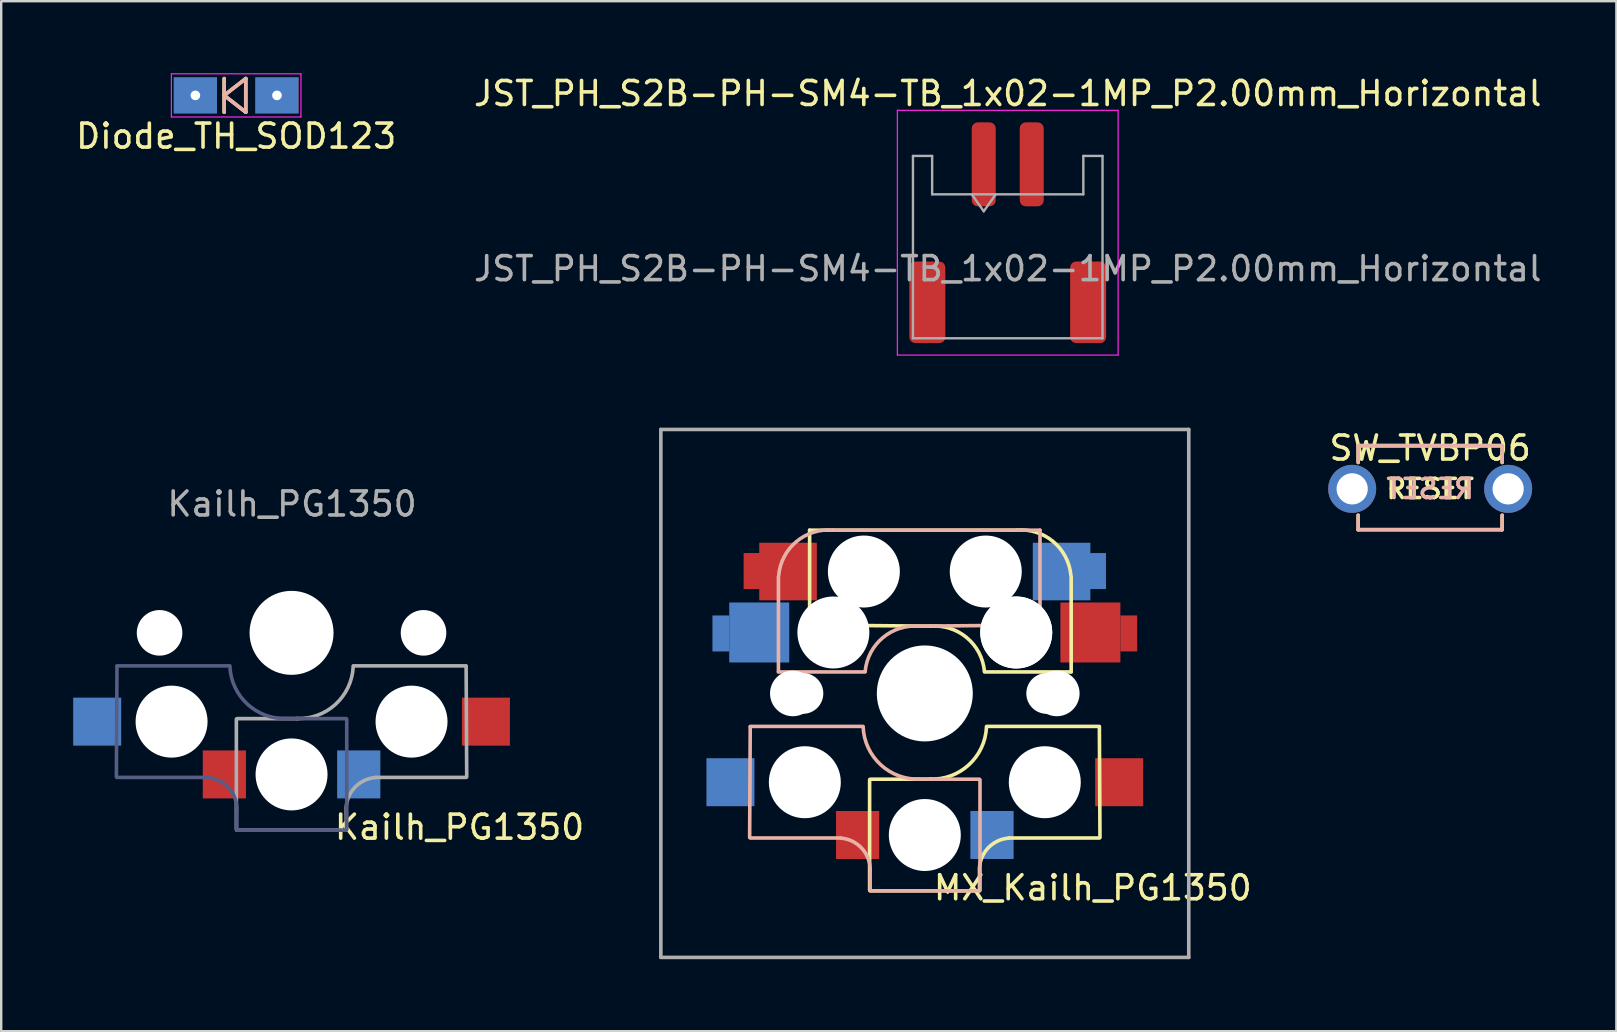
<source format=kicad_pcb>
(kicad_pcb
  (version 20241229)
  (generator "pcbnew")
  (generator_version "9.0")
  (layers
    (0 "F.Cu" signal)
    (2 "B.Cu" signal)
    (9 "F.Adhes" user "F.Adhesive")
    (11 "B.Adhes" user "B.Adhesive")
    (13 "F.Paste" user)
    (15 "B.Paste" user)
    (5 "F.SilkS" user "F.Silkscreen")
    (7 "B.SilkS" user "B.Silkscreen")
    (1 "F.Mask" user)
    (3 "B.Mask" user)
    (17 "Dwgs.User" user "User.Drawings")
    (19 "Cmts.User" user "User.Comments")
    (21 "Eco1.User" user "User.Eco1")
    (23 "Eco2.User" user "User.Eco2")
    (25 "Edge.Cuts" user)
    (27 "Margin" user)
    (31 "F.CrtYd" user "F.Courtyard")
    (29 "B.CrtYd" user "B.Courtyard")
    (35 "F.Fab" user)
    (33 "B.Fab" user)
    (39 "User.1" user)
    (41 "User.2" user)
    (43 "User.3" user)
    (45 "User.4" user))
  (footprint "JST_PH_S2B-PH-SM4-TB_1x02-1MP_P2.00mm_Horizontal"
    (layer "F.Cu")
    (at 38.946 6.648)
    (property "Reference" "JST_PH_S2B-PH-SM4-TB_1x02-1MP_P2.00mm_Horizontal" (at 0 -5.8 0) (layer "F.SilkS") (effects (font (size 1 1) (thickness 0.15))))
    (attr smd)
    (fp_line (start -4.6 -5.1) (end -4.6 5.1) (stroke (width 0.05) (type solid)) (layer "F.CrtYd"))
    (fp_line (start -4.6 5.1) (end 4.6 5.1) (stroke (width 0.05) (type solid)) (layer "F.CrtYd"))
    (fp_line (start 4.6 -5.1) (end -4.6 -5.1) (stroke (width 0.05) (type solid)) (layer "F.CrtYd"))
    (fp_line (start 4.6 5.1) (end 4.6 -5.1) (stroke (width 0.05) (type solid)) (layer "F.CrtYd"))
    (fp_line (start -3.95 -3.2) (end -3.95 4.4) (stroke (width 0.1) (type solid)) (layer "F.Fab"))
    (fp_line (start -3.95 -3.2) (end -3.15 -3.2) (stroke (width 0.1) (type solid)) (layer "F.Fab"))
    (fp_line (start -3.95 4.4) (end 3.95 4.4) (stroke (width 0.1) (type solid)) (layer "F.Fab"))
    (fp_line (start -3.15 -3.2) (end -3.15 -1.6) (stroke (width 0.1) (type solid)) (layer "F.Fab"))
    (fp_line (start -3.15 -1.6) (end 3.15 -1.6) (stroke (width 0.1) (type solid)) (layer "F.Fab"))
    (fp_line (start -1.5 -1.6) (end -1 -0.893) (stroke (width 0.1) (type solid)) (layer "F.Fab"))
    (fp_line (start -1 -0.893) (end -0.5 -1.6) (stroke (width 0.1) (type solid)) (layer "F.Fab"))
    (fp_line (start 3.15 -3.2) (end 3.95 -3.2) (stroke (width 0.1) (type solid)) (layer "F.Fab"))
    (fp_line (start 3.15 -1.6) (end 3.15 -3.2) (stroke (width 0.1) (type solid)) (layer "F.Fab"))
    (fp_line (start 3.95 -3.2) (end 3.95 4.4) (stroke (width 0.1) (type solid)) (layer "F.Fab"))
    (fp_text user "${REFERENCE}" (at 0 1.5 0) (layer "F.Fab") (effects (font (size 1 1) (thickness 0.15))))
    (pad "1" smd roundrect (at -1 -2.85) (size 1 3.5) (layers "F.Cu" "F.Mask" "F.Paste") (roundrect_rratio 0.25))
    (pad "2" smd roundrect (at 1 -2.85) (size 1 3.5) (layers "F.Cu" "F.Mask" "F.Paste") (roundrect_rratio 0.25))
    (pad "MP" smd roundrect (at -3.35 2.9) (size 1.5 3.4) (layers "F.Cu" "F.Mask" "F.Paste") (roundrect_rratio 0.167))
    (pad "MP" smd roundrect (at 3.35 2.9) (size 1.5 3.4) (layers "F.Cu" "F.Mask" "F.Paste") (roundrect_rratio 0.167)))
  (footprint "MX_Kailh_PG1350"
    (layer "F.Cu")
    (at 35.49 25.848)
    (property "Reference" "MX_Kailh_PG1350" (at 7 8.1 0) (layer "F.SilkS") (effects (font (size 1 1) (thickness 0.15))))
    (attr through_hole)
    (fp_line (start -4.8 -6.804) (end 3.825 -6.804) (stroke (width 0.15) (type solid)) (layer "F.SilkS"))
    (fp_line (start -4.8 -2.896) (end -4.8 -6.804) (stroke (width 0.15) (type solid)) (layer "F.SilkS"))
    (fp_line (start -4.8 -2.85) (end 0.25 -2.804) (stroke (width 0.15) (type solid)) (layer "F.SilkS"))
    (fp_line (start -2.3 3.6) (end -2.3 8.2) (stroke (width 0.15) (type solid)) (layer "F.SilkS"))
    (fp_line (start -2.275 3.575) (end 0.275 3.575) (stroke (width 0.15) (type solid)) (layer "F.SilkS"))
    (fp_line (start -2.275 8.225) (end 2.275 8.225) (stroke (width 0.15) (type solid)) (layer "F.SilkS"))
    (fp_line (start 2.28 7.5) (end 2.28 8.2) (stroke (width 0.15) (type solid)) (layer "F.SilkS"))
    (fp_line (start 2.575 1.375) (end 7.275 1.375) (stroke (width 0.15) (type solid)) (layer "F.SilkS"))
    (fp_line (start 3.5 6.025) (end 7.275 6.025) (stroke (width 0.15) (type solid)) (layer "F.SilkS"))
    (fp_line (start 6.1 -4.85) (end 6.1 -0.905) (stroke (width 0.15) (type solid)) (layer "F.SilkS"))
    (fp_line (start 6.1 -0.896) (end 2.49 -0.896) (stroke (width 0.15) (type solid)) (layer "F.SilkS"))
    (fp_line (start 7.275 1.4) (end 7.3 6) (stroke (width 0.15) (type solid)) (layer "F.SilkS"))
    (fp_arc (start 0.225 -2.8) (mid 1.744361 -2.328062) (end 2.485001 -0.920001) (stroke (width 0.15) (type solid)) (layer "F.SilkS"))
    (fp_arc (start 2.279999 7.449999) (mid 2.595908 6.487329) (end 3.5 6.03) (stroke (width 0.15) (type solid)) (layer "F.SilkS"))
    (fp_arc (start 2.57 1.4) (mid 1.834422 2.975843) (end 0.2 3.57) (stroke (width 0.15) (type solid)) (layer "F.SilkS"))
    (fp_arc (start 3.825 -6.804) (mid 5.347189 -6.33089) (end 6.089 -4.92) (stroke (width 0.15) (type solid)) (layer "F.SilkS"))
    (fp_line (start -7.275 1.4) (end -7.3 6) (stroke (width 0.15) (type solid)) (layer "B.SilkS"))
    (fp_line (start -6.1 -4.85) (end -6.1 -0.905) (stroke (width 0.15) (type solid)) (layer "B.SilkS"))
    (fp_line (start -6.1 -0.896) (end -2.49 -0.896) (stroke (width 0.15) (type solid)) (layer "B.SilkS"))
    (fp_line (start -3.5 6.025) (end -7.275 6.025) (stroke (width 0.15) (type solid)) (layer "B.SilkS"))
    (fp_line (start -2.575 1.375) (end -7.275 1.375) (stroke (width 0.15) (type solid)) (layer "B.SilkS"))
    (fp_line (start -2.28 7.5) (end -2.28 8.2) (stroke (width 0.15) (type solid)) (layer "B.SilkS"))
    (fp_line (start 2.275 3.575) (end -0.275 3.575) (stroke (width 0.15) (type solid)) (layer "B.SilkS"))
    (fp_line (start 2.275 8.225) (end -2.275 8.225) (stroke (width 0.15) (type solid)) (layer "B.SilkS"))
    (fp_line (start 2.3 3.6) (end 2.3 8.2) (stroke (width 0.15) (type solid)) (layer "B.SilkS"))
    (fp_line (start 4.8 -6.804) (end -3.825 -6.804) (stroke (width 0.15) (type solid)) (layer "B.SilkS"))
    (fp_line (start 4.8 -2.896) (end 4.8 -6.804) (stroke (width 0.15) (type solid)) (layer "B.SilkS"))
    (fp_line (start 4.8 -2.85) (end -0.25 -2.804) (stroke (width 0.15) (type solid)) (layer "B.SilkS"))
    (fp_arc (start -6.089 -4.92) (mid -5.347189 -6.33089) (end -3.825 -6.804) (stroke (width 0.15) (type solid)) (layer "B.SilkS"))
    (fp_arc (start -3.5 6.03) (mid -2.595908 6.48733) (end -2.28 7.45) (stroke (width 0.15) (type solid)) (layer "B.SilkS"))
    (fp_arc (start -2.484999 -0.920001) (mid -1.74436 -2.328062) (end -0.225 -2.8) (stroke (width 0.15) (type solid)) (layer "B.SilkS"))
    (fp_arc (start -0.2 3.57) (mid -1.834422 2.975843) (end -2.57 1.4) (stroke (width 0.15) (type solid)) (layer "B.SilkS"))
    (fp_line (start -9 -9) (end 9 -9) (stroke (width 0.15) (type solid)) (layer "Eco2.User"))
    (fp_line (start -9 9) (end -9 -9) (stroke (width 0.15) (type solid)) (layer "Eco2.User"))
    (fp_line (start -7 -7) (end 7 -7) (stroke (width 0.15) (type solid)) (layer "Eco2.User"))
    (fp_line (start -7 7) (end -7 -7) (stroke (width 0.15) (type solid)) (layer "Eco2.User"))
    (fp_line (start 7 -7) (end 7 7) (stroke (width 0.15) (type solid)) (layer "Eco2.User"))
    (fp_line (start 7 7) (end -7 7) (stroke (width 0.15) (type solid)) (layer "Eco2.User"))
    (fp_line (start 9 -9) (end 9 9) (stroke (width 0.15) (type solid)) (layer "Eco2.User"))
    (fp_line (start 9 9) (end -9 9) (stroke (width 0.15) (type solid)) (layer "Eco2.User"))
    (fp_line (start -11 -11) (end -11 11) (stroke (width 0.15) (type solid)) (layer "F.Fab"))
    (fp_line (start -11 11) (end 11 11) (stroke (width 0.15) (type solid)) (layer "F.Fab"))
    (fp_line (start 11 -11) (end -11 -11) (stroke (width 0.15) (type solid)) (layer "F.Fab"))
    (fp_line (start 11 11) (end 11 -11) (stroke (width 0.15) (type solid)) (layer "F.Fab"))
    (pad "" np_thru_hole circle (at -5.5 0 90) (size 1.9 1.9) (drill 1.9) (layers "*.Cu" "*.Mask"))
    (pad "" np_thru_hole circle (at -5.08 0) (size 1.7 1.7) (drill 1.7) (layers "*.Cu" "*.Mask"))
    (pad "" np_thru_hole circle (at -5 3.7 90) (size 3 3) (drill 3) (layers "*.Cu" "*.Mask"))
    (pad "" np_thru_hole circle (at -3.825 -2.58 180) (size 0.1 0.1) (drill 0.1) (layers "*.Cu" "*.Mask"))
    (pad "" np_thru_hole circle (at -3.81 -2.54 180) (size 3 3) (drill 3) (layers "*.Cu" "*.Mask"))
    (pad "" np_thru_hole circle (at -2.54 -5.08 180) (size 3 3) (drill 3) (layers "*.Cu" "*.Mask"))
    (pad "" np_thru_hole circle (at 0 0 90) (size 4 4) (drill 4) (layers "*.Cu" "*.Mask"))
    (pad "" np_thru_hole circle (at 0 5.9 90) (size 3 3) (drill 3) (layers "*.Cu" "*.Mask"))
    (pad "" np_thru_hole circle (at 2.54 -5.08 180) (size 3 3) (drill 3) (layers "*.Cu" "*.Mask"))
    (pad "" np_thru_hole circle (at 3.81 -2.54 180) (size 3 3) (drill 3) (layers "*.Cu" "*.Mask"))
    (pad "" np_thru_hole circle (at 3.81 -2.54 180) (size 3 3) (drill 3) (layers "*.Cu" "*.Mask"))
    (pad "" np_thru_hole circle (at 3.825 -2.58 180) (size 0.1 0.1) (drill 0.1) (layers "*.Cu" "*.Mask"))
    (pad "" np_thru_hole circle (at 5 3.7 270) (size 3 3) (drill 3) (layers "*.Cu" "*.Mask"))
    (pad "" np_thru_hole circle (at 5.08 0) (size 1.7 1.7) (drill 1.7) (layers "*.Cu" "*.Mask"))
    (pad "" np_thru_hole circle (at 5.5 0 90) (size 1.9 1.9) (drill 1.9) (layers "*.Cu" "*.Mask"))
    (pad "1" smd rect (at -8.5 -2.5) (size 0.7 1.5) (layers "B.Cu" "B.Mask" "B.Paste"))
    (pad "1" smd rect (at -8.1 3.7 180) (size 2 2) (layers "B.Cu" "B.Mask" "B.Paste"))
    (pad "1" smd rect (at -7.2 -5.1) (size 0.7 1.5) (layers "F.Cu" "F.Mask" "F.Paste"))
    (pad "1" smd rect (at -6.9 -2.54 180) (size 2.5 2.5) (layers "B.Cu" "B.Mask" "B.Paste"))
    (pad "1" smd rect (at -5.7 -5.08 180) (size 2.4 2.4) (layers "F.Cu" "F.Mask" "F.Paste"))
    (pad "1" smd rect (at 8.1 3.7 180) (size 2 2) (layers "F.Cu" "F.Mask" "F.Paste"))
    (pad "2" smd rect (at -2.8 5.9 180) (size 1.8 2) (layers "F.Cu" "F.Mask" "F.Paste"))
    (pad "2" smd rect (at 2.8 5.9 180) (size 1.8 2) (layers "B.Cu" "B.Mask" "B.Paste"))
    (pad "2" smd rect (at 5.7 -5.08 180) (size 2.4 2.4) (layers "B.Cu" "B.Mask" "B.Paste"))
    (pad "2" smd rect (at 6.9 -2.54 180) (size 2.5 2.5) (layers "F.Cu" "F.Mask" "F.Paste"))
    (pad "2" smd rect (at 7.2 -5.1) (size 0.7 1.5) (layers "B.Cu" "B.Mask" "B.Paste"))
    (pad "2" smd rect (at 8.5 -2.5) (size 0.7 1.5) (layers "F.Cu" "F.Mask" "F.Paste")))
  (footprint "Diode_TH_SOD123"
    (placed yes)
    (layer "F.Cu")
    (at 6.792 0.925)
    (property "Reference" "Diode_TH_SOD123" (at 0 1.7 0) (layer "F.SilkS") (effects (font (size 1 1) (thickness 0.15))))
    (attr through_hole)
    (fp_line (start -0.5 -0.7) (end -0.5 0.7) (stroke (width 0.15) (type solid)) (layer "F.SilkS"))
    (fp_line (start -0.5 0) (end 0.4 -0.7) (stroke (width 0.15) (type solid)) (layer "F.SilkS"))
    (fp_line (start 0.4 -0.7) (end 0.4 0.7) (stroke (width 0.15) (type solid)) (layer "F.SilkS"))
    (fp_line (start 0.4 0.7) (end -0.5 0) (stroke (width 0.15) (type solid)) (layer "F.SilkS"))
    (fp_line (start -0.5 -0.7) (end -0.5 0.7) (stroke (width 0.15) (type solid)) (layer "B.SilkS"))
    (fp_line (start -0.5 0) (end 0.4 -0.7) (stroke (width 0.15) (type solid)) (layer "B.SilkS"))
    (fp_line (start 0.4 -0.7) (end 0.4 0.7) (stroke (width 0.15) (type solid)) (layer "B.SilkS"))
    (fp_line (start 0.4 0.7) (end -0.5 0) (stroke (width 0.15) (type solid)) (layer "B.SilkS"))
    (fp_line (start -2.7 -0.9) (end -2.7 0.9) (stroke (width 0.05) (type solid)) (layer "F.CrtYd"))
    (fp_line (start -2.7 -0.9) (end 2.7 -0.9) (stroke (width 0.05) (type solid)) (layer "F.CrtYd"))
    (fp_line (start 2.7 -0.9) (end 2.7 0.9) (stroke (width 0.05) (type solid)) (layer "F.CrtYd"))
    (fp_line (start 2.7 0.9) (end -2.7 0.9) (stroke (width 0.05) (type solid)) (layer "F.CrtYd"))
    (pad "1" thru_hole rect (at -1.7 0) (size 1.8 1.5) (drill 0.4) (layers "*.Cu" "*.Mask"))
    (pad "2" thru_hole rect (at 1.7 0) (size 1.8 1.5) (drill 0.4) (layers "*.Cu" "*.Mask")))
  (footprint "SW_TVBP06"
    (layer "F.Cu")
    (at 56.55 17.322)
    (property "Reference" "SW_TVBP06" (at 0 -1.7 0) (layer "F.SilkS") (effects (font (size 1 1) (thickness 0.15))))
    (attr through_hole)
    (fp_line (start -3 -1.8) (end -3 -1.1) (stroke (width 0.15) (type solid)) (layer "F.SilkS"))
    (fp_line (start -3 1.7) (end -3 1.1) (stroke (width 0.15) (type solid)) (layer "F.SilkS"))
    (fp_line (start -3 1.7) (end 3 1.7) (stroke (width 0.15) (type solid)) (layer "F.SilkS"))
    (fp_line (start 3 -1.8) (end -3 -1.8) (stroke (width 0.15) (type solid)) (layer "F.SilkS"))
    (fp_line (start 3 -1.8) (end 3 -1.1) (stroke (width 0.15) (type solid)) (layer "F.SilkS"))
    (fp_line (start 3 1.7) (end 3 1.1) (stroke (width 0.15) (type solid)) (layer "F.SilkS"))
    (fp_line (start -3 -1.8) (end -3 -1.1) (stroke (width 0.15) (type solid)) (layer "B.SilkS"))
    (fp_line (start -3 -1.8) (end 2.9 -1.8) (stroke (width 0.15) (type solid)) (layer "B.SilkS"))
    (fp_line (start -3 -1.8) (end 3 -1.8) (stroke (width 0.15) (type solid)) (layer "B.SilkS"))
    (fp_line (start -3 1.7) (end -3 1.1) (stroke (width 0.15) (type solid)) (layer "B.SilkS"))
    (fp_line (start 3 -1.8) (end 3 -1.1) (stroke (width 0.15) (type solid)) (layer "B.SilkS"))
    (fp_line (start 3 1.7) (end -3 1.7) (stroke (width 0.15) (type solid)) (layer "B.SilkS"))
    (fp_line (start 3 1.7) (end 3 1.1) (stroke (width 0.15) (type solid)) (layer "B.SilkS"))
    (fp_text user "RESET" (at 0 0 180) (layer "F.SilkS") (effects (font (size 0.8 0.8) (thickness 0.15))))
    (fp_text user "RESET" (at 0 0 0) (layer "B.SilkS") (effects (font (size 0.8 0.8) (thickness 0.15)) (justify mirror)))
    (pad "1" thru_hole circle (at -3.25 0) (size 2 2) (drill 1.3) (layers "*.Cu" "*.Mask"))
    (pad "2" thru_hole circle (at 3.25 0) (size 2 2) (drill 1.3) (layers "*.Cu" "*.Mask")))
  (footprint "Kailh_PG1350"
    (layer "F.Cu")
    (at 9.1 23.323)
    (property "Reference" "Kailh_PG1350" (at 7 8.1 0) (layer "F.SilkS") (effects (font (size 1 1) (thickness 0.15))))
    (attr through_hole)
    (fp_line (start -9 -8.5) (end 9 -8.5) (stroke (width 0.1) (type default)) (layer "Eco1.User"))
    (fp_line (start -9 8.5) (end -9 -8.5) (stroke (width 0.1) (type default)) (layer "Eco1.User"))
    (fp_line (start 9 -8.5) (end 9 8.5) (stroke (width 0.1) (type default)) (layer "Eco1.User"))
    (fp_line (start 9 8.5) (end -9 8.5) (stroke (width 0.1) (type default)) (layer "Eco1.User"))
    (fp_line (start -7 -7) (end 7 -7) (stroke (width 0.15) (type solid)) (layer "Eco2.User"))
    (fp_line (start -7 7) (end -7 -7) (stroke (width 0.15) (type solid)) (layer "Eco2.User"))
    (fp_line (start 7 -7) (end 7 7) (stroke (width 0.15) (type solid)) (layer "Eco2.User"))
    (fp_line (start 7 7) (end -7 7) (stroke (width 0.15) (type solid)) (layer "Eco2.User"))
    (fp_line (start -7.275 1.4) (end -7.3 6) (stroke (width 0.15) (type solid)) (layer "B.Fab"))
    (fp_line (start -3.5 6.025) (end -7.275 6.025) (stroke (width 0.15) (type solid)) (layer "B.Fab"))
    (fp_line (start -2.575 1.375) (end -7.275 1.375) (stroke (width 0.15) (type solid)) (layer "B.Fab"))
    (fp_line (start -2.28 7.5) (end -2.28 8.2) (stroke (width 0.15) (type solid)) (layer "B.Fab"))
    (fp_line (start 2.275 3.575) (end -0.275 3.575) (stroke (width 0.15) (type solid)) (layer "B.Fab"))
    (fp_line (start 2.275 8.225) (end -2.275 8.225) (stroke (width 0.15) (type solid)) (layer "B.Fab"))
    (fp_line (start 2.3 3.6) (end 2.3 8.2) (stroke (width 0.15) (type solid)) (layer "B.Fab"))
    (fp_arc (start -3.5 6.03) (mid -2.595908 6.48733) (end -2.28 7.45) (stroke (width 0.15) (type solid)) (layer "B.Fab"))
    (fp_arc (start -0.2 3.57) (mid -1.834422 2.975843) (end -2.57 1.4) (stroke (width 0.15) (type solid)) (layer "B.Fab"))
    (fp_line (start -2.3 3.6) (end -2.3 8.2) (stroke (width 0.15) (type solid)) (layer "F.Fab"))
    (fp_line (start -2.275 3.575) (end 0.275 3.575) (stroke (width 0.15) (type solid)) (layer "F.Fab"))
    (fp_line (start -2.275 8.225) (end 2.275 8.225) (stroke (width 0.15) (type solid)) (layer "F.Fab"))
    (fp_line (start 2.28 7.5) (end 2.28 8.2) (stroke (width 0.15) (type solid)) (layer "F.Fab"))
    (fp_line (start 2.575 1.375) (end 7.275 1.375) (stroke (width 0.15) (type solid)) (layer "F.Fab"))
    (fp_line (start 3.5 6.025) (end 7.275 6.025) (stroke (width 0.15) (type solid)) (layer "F.Fab"))
    (fp_line (start 7.275 1.4) (end 7.3 6) (stroke (width 0.15) (type solid)) (layer "F.Fab"))
    (fp_arc (start 2.279999 7.449999) (mid 2.595908 6.48733) (end 3.5 6.03) (stroke (width 0.15) (type solid)) (layer "F.Fab"))
    (fp_arc (start 2.57 1.4) (mid 1.834422 2.975843) (end 0.2 3.57) (stroke (width 0.15) (type solid)) (layer "F.Fab"))
    (fp_text user "${REFERENCE}" (at 0.02 -5.37 0) (layer "F.Fab") (effects (font (size 1 1) (thickness 0.15))))
    (pad "" np_thru_hole circle (at -5.5 0 90) (size 1.9 1.9) (drill 1.9) (layers "*.Cu" "*.Mask"))
    (pad "" np_thru_hole circle (at -5 3.7 90) (size 3 3) (drill 3) (layers "*.Cu" "*.Mask"))
    (pad "" np_thru_hole circle (at 0 0 90) (size 3.5 3.5) (drill 4) (layers "*.Cu" "*.Mask"))
    (pad "" np_thru_hole circle (at 0 5.9 90) (size 3 3) (drill 3) (layers "*.Cu" "*.Mask"))
    (pad "" np_thru_hole circle (at 5 3.7 270) (size 3 3) (drill 3) (layers "*.Cu" "*.Mask"))
    (pad "" np_thru_hole circle (at 5.5 0 90) (size 1.9 1.9) (drill 1.9) (layers "*.Cu" "*.Mask"))
    (pad "1" smd rect (at -8.1 3.7 180) (size 2 2) (layers "B.Cu" "B.Mask" "B.Paste"))
    (pad "1" smd rect (at 8.1 3.7 180) (size 2 2) (layers "F.Cu" "F.Mask" "F.Paste"))
    (pad "2" smd rect (at -2.8 5.9 180) (size 1.8 2) (layers "F.Cu" "F.Mask" "F.Paste"))
    (pad "2" smd rect (at 2.8 5.9 180) (size 1.8 2) (layers "B.Cu" "B.Mask" "B.Paste")))
  (gr_rect
    (start -3 -3)
    (end 64.31 39.923)
    (stroke (width 0.1) (type default))
    (fill no)
    (layer "Edge.Cuts")))
</source>
